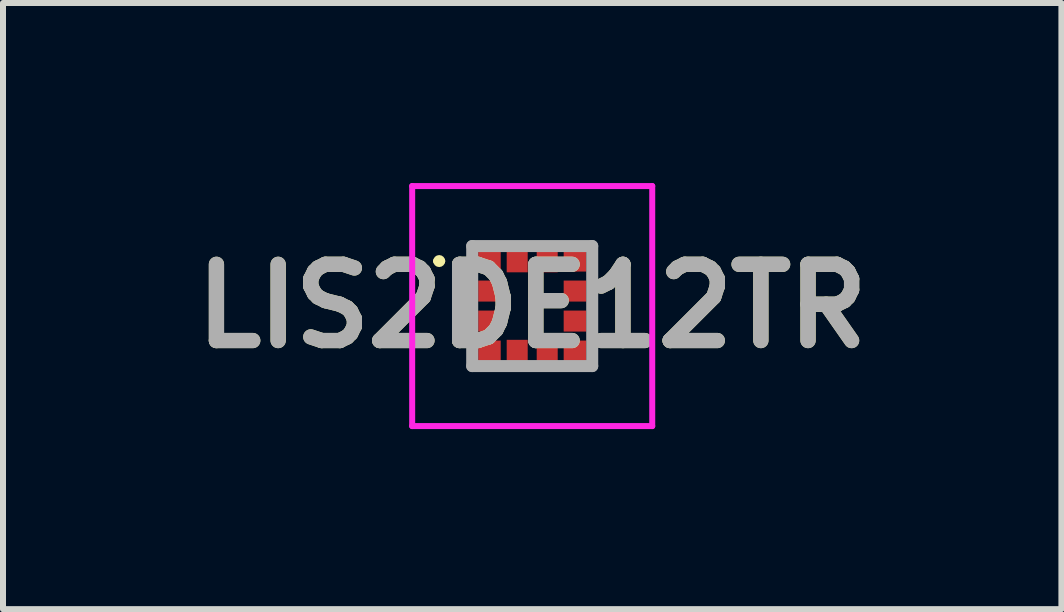
<source format=kicad_pcb>
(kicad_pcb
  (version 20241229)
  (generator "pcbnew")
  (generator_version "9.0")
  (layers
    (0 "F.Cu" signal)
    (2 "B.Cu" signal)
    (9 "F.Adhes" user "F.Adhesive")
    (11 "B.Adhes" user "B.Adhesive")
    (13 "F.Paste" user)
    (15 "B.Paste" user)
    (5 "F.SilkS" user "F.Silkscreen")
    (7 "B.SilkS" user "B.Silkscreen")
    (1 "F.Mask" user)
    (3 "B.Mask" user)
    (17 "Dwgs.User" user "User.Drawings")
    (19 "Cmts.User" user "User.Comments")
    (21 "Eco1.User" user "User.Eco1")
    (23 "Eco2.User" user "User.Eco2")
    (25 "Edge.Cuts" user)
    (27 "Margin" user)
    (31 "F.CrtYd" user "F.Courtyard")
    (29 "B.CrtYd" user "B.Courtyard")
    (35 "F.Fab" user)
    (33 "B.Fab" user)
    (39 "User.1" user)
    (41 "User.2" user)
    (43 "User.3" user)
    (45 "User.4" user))
  (footprint "LIS2DE12TR"
    (layer "F.Cu")
    (at 5.818 2.05)
    (property "Reference" "LIS2DE12TR" (at 0 0 0) (layer "F.SilkS") (effects (font (size 1.27 1.27) (thickness 0.254))))
    (attr smd)
    (fp_line (start -1.6 -0.75) (end -1.6 -0.75) (stroke (width 0.1) (type solid)) (layer "F.SilkS"))
    (fp_line (start -1.5 -0.75) (end -1.5 -0.75) (stroke (width 0.1) (type solid)) (layer "F.SilkS"))
    (fp_arc (start -1.6 -0.75) (mid -1.55 -0.8) (end -1.5 -0.75) (stroke (width 0.1) (type solid)) (layer "F.SilkS"))
    (fp_arc (start -1.5 -0.75) (mid -1.55 -0.7) (end -1.6 -0.75) (stroke (width 0.1) (type solid)) (layer "F.SilkS"))
    (fp_line (start -2 -2) (end 2 -2) (stroke (width 0.1) (type solid)) (layer "F.CrtYd"))
    (fp_line (start -2 2) (end -2 -2) (stroke (width 0.1) (type solid)) (layer "F.CrtYd"))
    (fp_line (start 2 -2) (end 2 2) (stroke (width 0.1) (type solid)) (layer "F.CrtYd"))
    (fp_line (start 2 2) (end -2 2) (stroke (width 0.1) (type solid)) (layer "F.CrtYd"))
    (fp_line (start -1 -1) (end 1 -1) (stroke (width 0.2) (type solid)) (layer "F.Fab"))
    (fp_line (start -1 1) (end -1 -1) (stroke (width 0.2) (type solid)) (layer "F.Fab"))
    (fp_line (start 1 -1) (end 1 1) (stroke (width 0.2) (type solid)) (layer "F.Fab"))
    (fp_line (start 1 1) (end -1 1) (stroke (width 0.2) (type solid)) (layer "F.Fab"))
    (fp_text user "${REFERENCE}" (at 0 0 0) (layer "F.Fab") (effects (font (size 1.27 1.27) (thickness 0.254))))
    (pad "1" smd rect (at -0.712 -0.75 90) (size 0.35 0.375) (layers "F.Cu" "F.Mask" "F.Paste"))
    (pad "2" smd rect (at -0.712 -0.25 90) (size 0.35 0.375) (layers "F.Cu" "F.Mask" "F.Paste"))
    (pad "3" smd rect (at -0.712 0.25 90) (size 0.35 0.375) (layers "F.Cu" "F.Mask" "F.Paste"))
    (pad "4" smd rect (at -0.712 0.75 90) (size 0.35 0.375) (layers "F.Cu" "F.Mask" "F.Paste"))
    (pad "5" smd rect (at -0.25 0.75) (size 0.35 0.375) (layers "F.Cu" "F.Mask" "F.Paste"))
    (pad "6" smd rect (at 0.25 0.75) (size 0.35 0.375) (layers "F.Cu" "F.Mask" "F.Paste"))
    (pad "7" smd rect (at 0.712 0.75 90) (size 0.35 0.375) (layers "F.Cu" "F.Mask" "F.Paste"))
    (pad "8" smd rect (at 0.712 0.25 90) (size 0.35 0.375) (layers "F.Cu" "F.Mask" "F.Paste"))
    (pad "9" smd rect (at 0.712 -0.25 90) (size 0.35 0.375) (layers "F.Cu" "F.Mask" "F.Paste"))
    (pad "10" smd rect (at 0.712 -0.75 90) (size 0.35 0.375) (layers "F.Cu" "F.Mask" "F.Paste"))
    (pad "11" smd rect (at 0.25 -0.75) (size 0.35 0.375) (layers "F.Cu" "F.Mask" "F.Paste"))
    (pad "12" smd rect (at -0.25 -0.75) (size 0.35 0.375) (layers "F.Cu" "F.Mask" "F.Paste")))
  (gr_rect
    (start -3 -3)
    (end 14.636 7.1)
    (stroke (width 0.1) (type default))
    (fill no)
    (layer "Edge.Cuts")))
</source>
